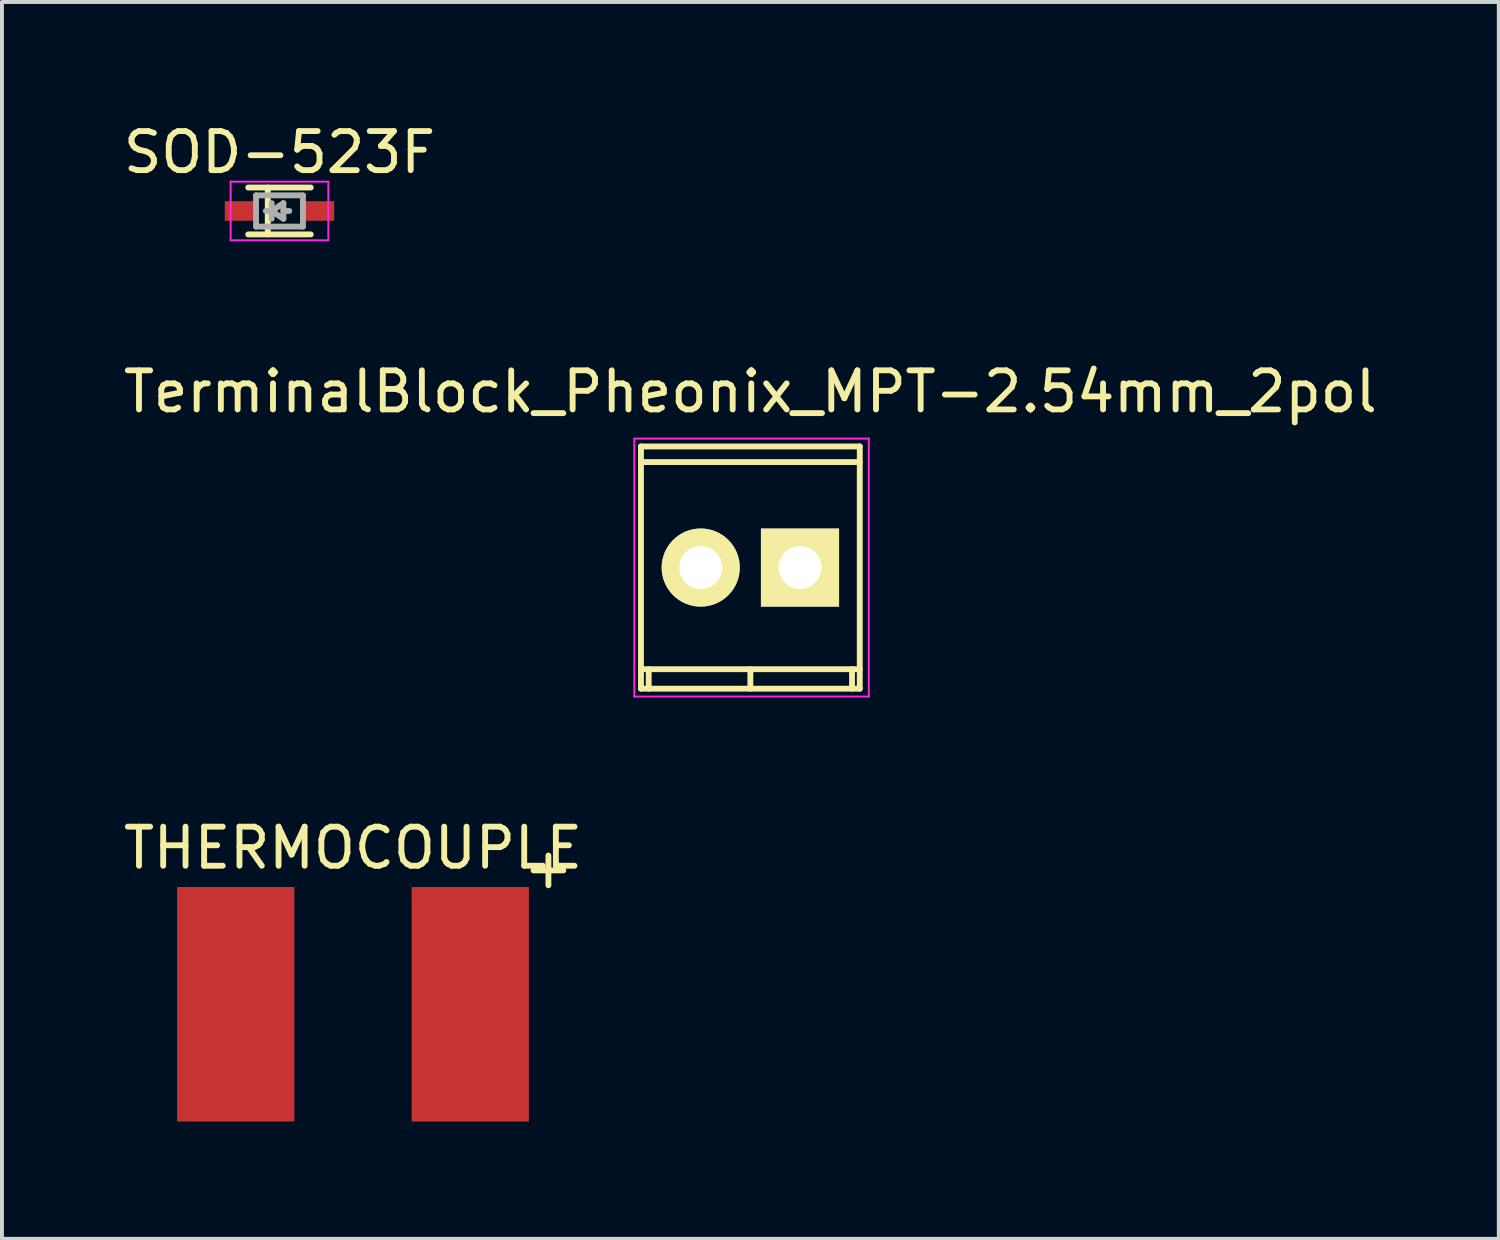
<source format=kicad_pcb>
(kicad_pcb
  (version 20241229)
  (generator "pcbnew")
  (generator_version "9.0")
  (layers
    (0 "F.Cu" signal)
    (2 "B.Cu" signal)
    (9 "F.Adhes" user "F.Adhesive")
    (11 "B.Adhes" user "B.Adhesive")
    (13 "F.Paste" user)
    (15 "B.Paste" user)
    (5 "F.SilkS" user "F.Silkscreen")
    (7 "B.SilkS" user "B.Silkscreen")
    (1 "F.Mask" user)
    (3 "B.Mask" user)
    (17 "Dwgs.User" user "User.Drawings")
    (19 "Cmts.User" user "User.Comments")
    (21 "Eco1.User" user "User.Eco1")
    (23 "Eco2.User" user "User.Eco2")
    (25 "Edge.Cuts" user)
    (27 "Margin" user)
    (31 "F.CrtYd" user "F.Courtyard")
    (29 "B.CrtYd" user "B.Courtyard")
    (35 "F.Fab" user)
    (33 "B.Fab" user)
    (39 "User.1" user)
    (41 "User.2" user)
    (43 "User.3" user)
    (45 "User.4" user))
  (footprint "TerminalBlock_Pheonix_MPT-2.54mm_2pol"
    (layer "F.Cu")
    (at 14.879 11.472)
    (property "Reference" "TerminalBlock_Pheonix_MPT-2.54mm_2pol" (at 1.27 -4.501 0) (layer "F.SilkS") (effects (font (size 1 1) (thickness 0.15))))
    (attr through_hole)
    (fp_line (start -1.529 -3.099) (end -1.529 3.099) (stroke (width 0.15) (type solid)) (layer "F.SilkS"))
    (fp_line (start -1.529 -2.7) (end 4.069 -2.7) (stroke (width 0.15) (type solid)) (layer "F.SilkS"))
    (fp_line (start -1.529 3.099) (end 4.069 3.099) (stroke (width 0.15) (type solid)) (layer "F.SilkS"))
    (fp_line (start -1.331 3.099) (end -1.331 2.601) (stroke (width 0.15) (type solid)) (layer "F.SilkS"))
    (fp_line (start 1.27 3.099) (end 1.27 2.601) (stroke (width 0.15) (type solid)) (layer "F.SilkS"))
    (fp_line (start 3.871 2.601) (end 3.871 3.099) (stroke (width 0.15) (type solid)) (layer "F.SilkS"))
    (fp_line (start 4.069 -3.099) (end -1.529 -3.099) (stroke (width 0.15) (type solid)) (layer "F.SilkS"))
    (fp_line (start 4.069 2.601) (end -1.529 2.601) (stroke (width 0.15) (type solid)) (layer "F.SilkS"))
    (fp_line (start 4.069 3.099) (end 4.069 -3.099) (stroke (width 0.15) (type solid)) (layer "F.SilkS"))
    (fp_line (start -1.7 -3.3) (end 4.3 -3.3) (stroke (width 0.05) (type solid)) (layer "F.CrtYd"))
    (fp_line (start -1.7 3.3) (end -1.7 -3.3) (stroke (width 0.05) (type solid)) (layer "F.CrtYd"))
    (fp_line (start 4.3 -3.3) (end 4.3 3.3) (stroke (width 0.05) (type solid)) (layer "F.CrtYd"))
    (fp_line (start 4.3 3.3) (end -1.7 3.3) (stroke (width 0.05) (type solid)) (layer "F.CrtYd"))
    (pad "1" thru_hole rect (at 2.54 0) (size 1.999 1.999) (drill 1.097) (layers "*.Cu" "*.Mask" "F.SilkS"))
    (pad "2" thru_hole oval (at 0 0) (size 1.999 1.999) (drill 1.097) (layers "*.Cu" "*.Mask" "F.SilkS")))
  (footprint "THERMOCOUPLE"
    (layer "F.Cu")
    (at 5.982 22.646)
    (property "Reference" "THERMOCOUPLE" (at 0 -4 0) (layer "F.SilkS") (effects (font (size 1 1) (thickness 0.15))))
    (attr through_hole)
    (fp_text user "+" (at 5 -3.5 0) (layer "F.SilkS") (effects (font (size 1 1) (thickness 0.15))))
    (pad "1" smd rect (at 3 0) (size 3 6) (layers "F.Cu" "F.Mask"))
    (pad "2" smd rect (at -3 0) (size 3 6) (layers "F.Cu" "F.Mask")))
  (footprint "SOD-523F"
    (layer "F.Cu")
    (at 4.101 2.348)
    (property "Reference" "SOD-523F" (at 0 -1.5 0) (layer "F.SilkS") (effects (font (size 1 1) (thickness 0.15))))
    (attr smd)
    (fp_line (start -0.3 -0.6) (end -0.3 0.6) (stroke (width 0.15) (type solid)) (layer "F.SilkS"))
    (fp_line (start 0.8 -0.6) (end -0.8 -0.6) (stroke (width 0.15) (type solid)) (layer "F.SilkS"))
    (fp_line (start 0.8 0.6) (end -0.8 0.6) (stroke (width 0.15) (type solid)) (layer "F.SilkS"))
    (fp_line (start -1.25 -0.75) (end 1.25 -0.75) (stroke (width 0.05) (type solid)) (layer "F.CrtYd"))
    (fp_line (start -1.25 0.75) (end -1.25 -0.75) (stroke (width 0.05) (type solid)) (layer "F.CrtYd"))
    (fp_line (start 1.25 -0.75) (end 1.25 0.75) (stroke (width 0.05) (type solid)) (layer "F.CrtYd"))
    (fp_line (start 1.25 0.75) (end -1.25 0.75) (stroke (width 0.05) (type solid)) (layer "F.CrtYd"))
    (fp_line (start -0.6 -0.4) (end 0.6 -0.4) (stroke (width 0.15) (type solid)) (layer "F.Fab"))
    (fp_line (start -0.6 0.4) (end -0.6 -0.4) (stroke (width 0.15) (type solid)) (layer "F.Fab"))
    (fp_line (start -0.2 0) (end -0.35 0) (stroke (width 0.15) (type solid)) (layer "F.Fab"))
    (fp_line (start -0.2 0) (end 0.1 0.2) (stroke (width 0.15) (type solid)) (layer "F.Fab"))
    (fp_line (start -0.2 0.2) (end -0.2 -0.2) (stroke (width 0.15) (type solid)) (layer "F.Fab"))
    (fp_line (start 0.1 -0.2) (end -0.2 0) (stroke (width 0.15) (type solid)) (layer "F.Fab"))
    (fp_line (start 0.1 0) (end 0.25 0) (stroke (width 0.15) (type solid)) (layer "F.Fab"))
    (fp_line (start 0.1 0.2) (end 0.1 -0.2) (stroke (width 0.15) (type solid)) (layer "F.Fab"))
    (fp_line (start 0.6 -0.4) (end 0.6 0.4) (stroke (width 0.15) (type solid)) (layer "F.Fab"))
    (fp_line (start 0.6 0.4) (end -0.6 0.4) (stroke (width 0.15) (type solid)) (layer "F.Fab"))
    (pad "1" smd rect (at -1 0 180) (size 0.8 0.5) (layers "F.Cu" "F.Mask" "F.Paste"))
    (pad "2" smd rect (at 1 0 180) (size 0.8 0.5) (layers "F.Cu" "F.Mask" "F.Paste")))
  (gr_rect
    (start -3 -3)
    (end 35.298 28.646)
    (stroke (width 0.1) (type default))
    (fill no)
    (layer "Edge.Cuts")))
</source>
